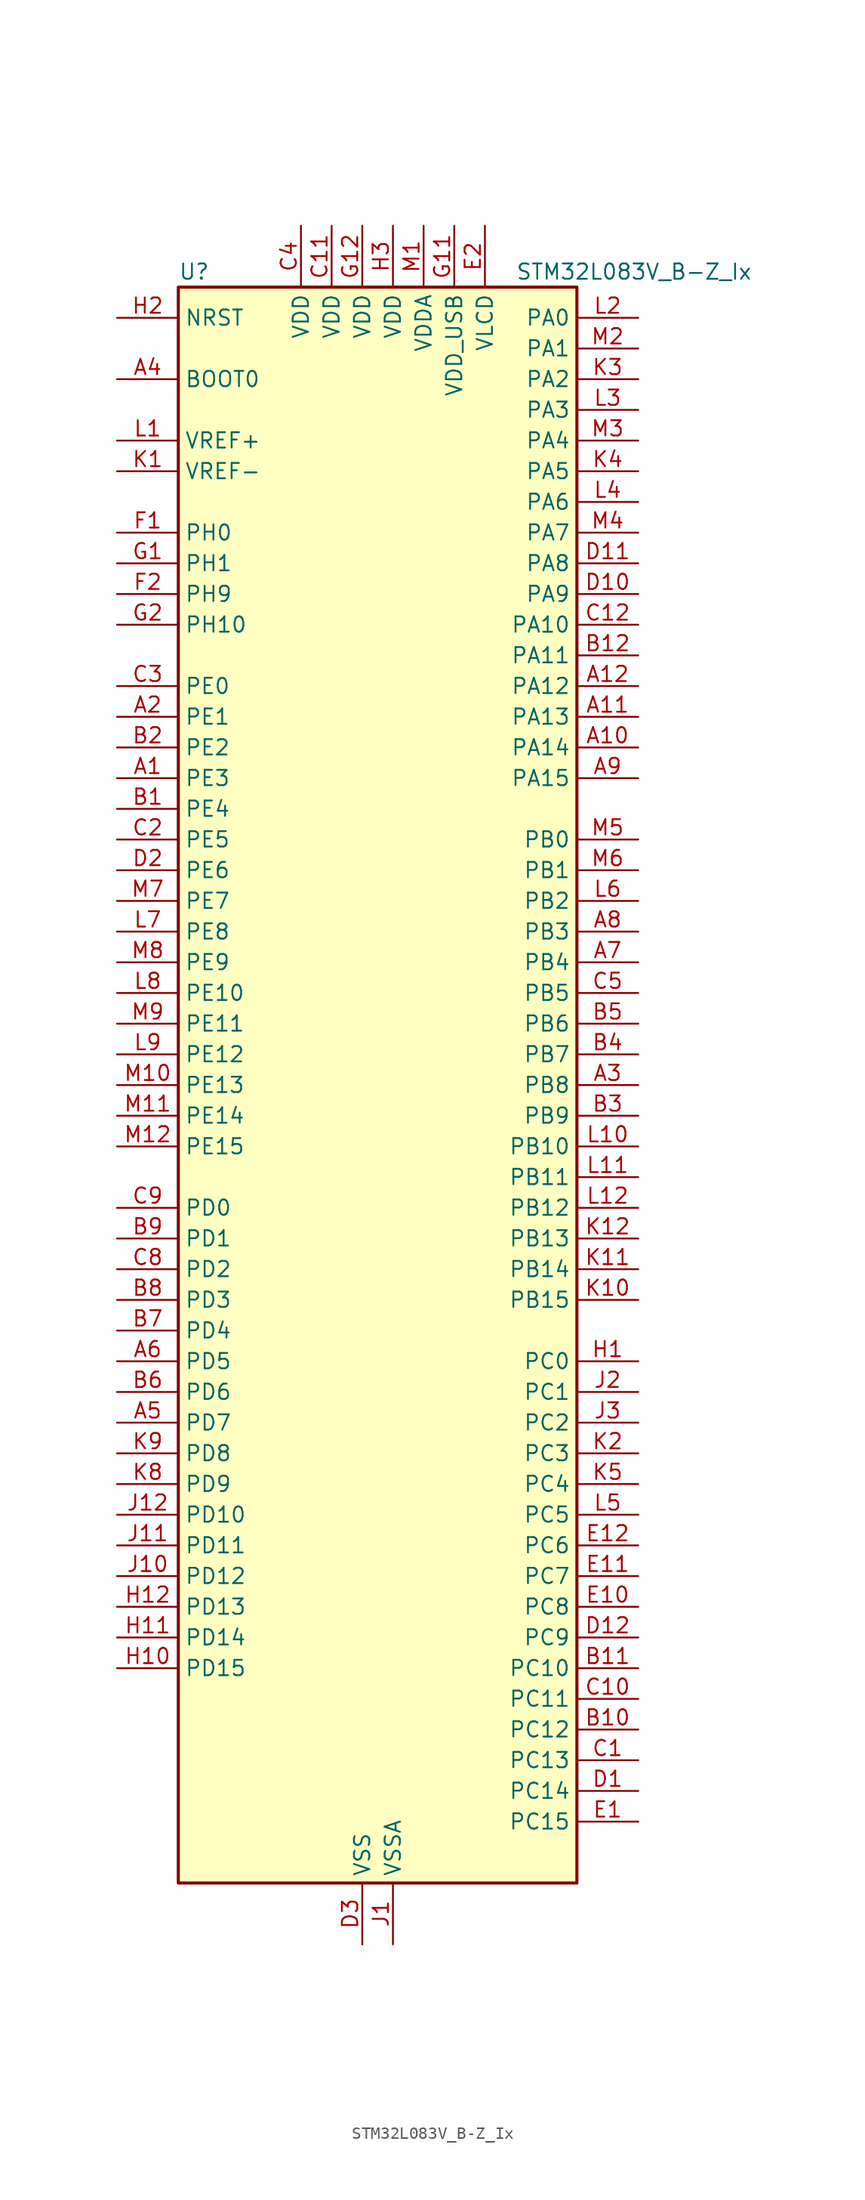
<source format=kicad_sym>
(kicad_symbol_lib
  (version 20220914)
  (generator kicad_symbol_editor)
  (symbol "STM32L083V_B-Z_Ix"
    (property "Reference" "U"
      (at -15.24 67.31 0)
      (effects (font (size 1.27 1.27)) (justify left)))
    (property "Value" "STM32L083V_B-Z_Ix"
      (at 12.7 67.31 0)
      (effects (font (size 1.27 1.27)) (justify left)))
    (property "ki_locked" ""
      (at 0 0 0)
      (effects (font (size 1.27 1.27))))
    (symbol "STM32L083V_B-Z_Ix_0_1"
      (rectangle (start -15.24 -66.04) (end 17.78 66.04) (stroke (width 0.254) (type default)) (fill (type background))))
    (symbol "STM32L083V_B-Z_Ix_1_1"
      (pin bidirectional line (at -20.32 25.4 0) (length 5.08) (name "PE3" (effects (font (size 1.27 1.27)))) (number "A1" (effects (font (size 1.27 1.27)))) (alternate "LCD_SEG39" bidirectional line) (alternate "TIM22_CH1" bidirectional line) (alternate "TIM3_CH1" bidirectional line))
      (pin bidirectional line (at 22.86 27.94 180) (length 5.08) (name "PA14" (effects (font (size 1.27 1.27)))) (number "A10" (effects (font (size 1.27 1.27)))) (alternate "LPUART1_TX" bidirectional line) (alternate "SYS_SWCLK" bidirectional line) (alternate "USART2_TX" bidirectional line))
      (pin bidirectional line (at 22.86 30.48 180) (length 5.08) (name "PA13" (effects (font (size 1.27 1.27)))) (number "A11" (effects (font (size 1.27 1.27)))) (alternate "LPUART1_RX" bidirectional line) (alternate "SYS_SWDIO" bidirectional line) (alternate "USB_NOE" bidirectional line))
      (pin bidirectional line (at 22.86 33.02 180) (length 5.08) (name "PA12" (effects (font (size 1.27 1.27)))) (number "A12" (effects (font (size 1.27 1.27)))) (alternate "COMP2_OUT" bidirectional line) (alternate "SPI1_MOSI" bidirectional line) (alternate "TSC_G4_IO4" bidirectional line) (alternate "USART1_DE" bidirectional line) (alternate "USART1_RTS" bidirectional line) (alternate "USB_DP" bidirectional line))
      (pin bidirectional line (at -20.32 30.48 0) (length 5.08) (name "PE1" (effects (font (size 1.27 1.27)))) (number "A2" (effects (font (size 1.27 1.27)))) (alternate "LCD_SEG37" bidirectional line))
      (pin bidirectional line (at 22.86 0 180) (length 5.08) (name "PB8" (effects (font (size 1.27 1.27)))) (number "A3" (effects (font (size 1.27 1.27)))) (alternate "I2C1_SCL" bidirectional line) (alternate "LCD_SEG16" bidirectional line) (alternate "TSC_SYNC" bidirectional line))
      (pin input line (at -20.32 58.42 0) (length 5.08) (name "BOOT0" (effects (font (size 1.27 1.27)))) (number "A4" (effects (font (size 1.27 1.27)))))
      (pin bidirectional line (at -20.32 -27.94 0) (length 5.08) (name "PD7" (effects (font (size 1.27 1.27)))) (number "A5" (effects (font (size 1.27 1.27)))) (alternate "TIM21_CH2" bidirectional line) (alternate "USART2_CK" bidirectional line))
      (pin bidirectional line (at -20.32 -22.86 0) (length 5.08) (name "PD5" (effects (font (size 1.27 1.27)))) (number "A6" (effects (font (size 1.27 1.27)))) (alternate "USART2_TX" bidirectional line))
      (pin bidirectional line (at 22.86 10.16 180) (length 5.08) (name "PB4" (effects (font (size 1.27 1.27)))) (number "A7" (effects (font (size 1.27 1.27)))) (alternate "COMP2_INP" bidirectional line) (alternate "I2C3_SDA" bidirectional line) (alternate "LCD_SEG8" bidirectional line) (alternate "SPI1_MISO" bidirectional line) (alternate "TIM22_CH1" bidirectional line) (alternate "TIM3_CH1" bidirectional line) (alternate "TSC_G5_IO2" bidirectional line) (alternate "USART1_CTS" bidirectional line) (alternate "USART5_RX" bidirectional line))
      (pin bidirectional line (at 22.86 12.7 180) (length 5.08) (name "PB3" (effects (font (size 1.27 1.27)))) (number "A8" (effects (font (size 1.27 1.27)))) (alternate "COMP2_INM" bidirectional line) (alternate "LCD_SEG7" bidirectional line) (alternate "SPI1_SCK" bidirectional line) (alternate "TIM2_CH2" bidirectional line) (alternate "TSC_G5_IO1" bidirectional line) (alternate "USART1_DE" bidirectional line) (alternate "USART1_RTS" bidirectional line) (alternate "USART5_TX" bidirectional line))
      (pin bidirectional line (at 22.86 25.4 180) (length 5.08) (name "PA15" (effects (font (size 1.27 1.27)))) (number "A9" (effects (font (size 1.27 1.27)))) (alternate "LCD_SEG17" bidirectional line) (alternate "SPI1_NSS" bidirectional line) (alternate "TIM2_CH1" bidirectional line) (alternate "TIM2_ETR" bidirectional line) (alternate "USART2_RX" bidirectional line) (alternate "USART4_DE" bidirectional line) (alternate "USART4_RTS" bidirectional line))
      (pin bidirectional line (at -20.32 22.86 0) (length 5.08) (name "PE4" (effects (font (size 1.27 1.27)))) (number "B1" (effects (font (size 1.27 1.27)))) (alternate "TIM22_CH2" bidirectional line) (alternate "TIM3_CH2" bidirectional line))
      (pin bidirectional line (at 22.86 -53.34 180) (length 5.08) (name "PC12" (effects (font (size 1.27 1.27)))) (number "B10" (effects (font (size 1.27 1.27)))) (alternate "LCD_COM6" bidirectional line) (alternate "LCD_SEG30" bidirectional line) (alternate "LCD_SEG50" bidirectional line) (alternate "USART4_CK" bidirectional line) (alternate "USART5_TX" bidirectional line))
      (pin bidirectional line (at 22.86 -48.26 180) (length 5.08) (name "PC10" (effects (font (size 1.27 1.27)))) (number "B11" (effects (font (size 1.27 1.27)))) (alternate "LCD_COM4" bidirectional line) (alternate "LCD_SEG28" bidirectional line) (alternate "LCD_SEG48" bidirectional line) (alternate "LPUART1_TX" bidirectional line) (alternate "USART4_TX" bidirectional line))
      (pin bidirectional line (at 22.86 35.56 180) (length 5.08) (name "PA11" (effects (font (size 1.27 1.27)))) (number "B12" (effects (font (size 1.27 1.27)))) (alternate "ADC_EXTI11" bidirectional line) (alternate "COMP1_OUT" bidirectional line) (alternate "SPI1_MISO" bidirectional line) (alternate "TSC_G4_IO3" bidirectional line) (alternate "USART1_CTS" bidirectional line) (alternate "USB_DM" bidirectional line))
      (pin bidirectional line (at -20.32 27.94 0) (length 5.08) (name "PE2" (effects (font (size 1.27 1.27)))) (number "B2" (effects (font (size 1.27 1.27)))) (alternate "LCD_SEG38" bidirectional line) (alternate "TIM3_ETR" bidirectional line))
      (pin bidirectional line (at 22.86 -2.54 180) (length 5.08) (name "PB9" (effects (font (size 1.27 1.27)))) (number "B3" (effects (font (size 1.27 1.27)))) (alternate "DAC_EXTI9" bidirectional line) (alternate "I2C1_SDA" bidirectional line) (alternate "I2S2_WS" bidirectional line) (alternate "LCD_COM3" bidirectional line) (alternate "SPI2_NSS" bidirectional line))
      (pin bidirectional line (at 22.86 2.54 180) (length 5.08) (name "PB7" (effects (font (size 1.27 1.27)))) (number "B4" (effects (font (size 1.27 1.27)))) (alternate "COMP2_INP" bidirectional line) (alternate "I2C1_SDA" bidirectional line) (alternate "LPTIM1_IN2" bidirectional line) (alternate "SYS_PVD_IN" bidirectional line) (alternate "TSC_G5_IO4" bidirectional line) (alternate "USART1_RX" bidirectional line) (alternate "USART4_CTS" bidirectional line))
      (pin bidirectional line (at 22.86 5.08 180) (length 5.08) (name "PB6" (effects (font (size 1.27 1.27)))) (number "B5" (effects (font (size 1.27 1.27)))) (alternate "COMP2_INP" bidirectional line) (alternate "I2C1_SCL" bidirectional line) (alternate "LPTIM1_ETR" bidirectional line) (alternate "TSC_G5_IO3" bidirectional line) (alternate "USART1_TX" bidirectional line))
      (pin bidirectional line (at -20.32 -25.4 0) (length 5.08) (name "PD6" (effects (font (size 1.27 1.27)))) (number "B6" (effects (font (size 1.27 1.27)))) (alternate "USART2_RX" bidirectional line))
      (pin bidirectional line (at -20.32 -20.32 0) (length 5.08) (name "PD4" (effects (font (size 1.27 1.27)))) (number "B7" (effects (font (size 1.27 1.27)))) (alternate "I2S2_SD" bidirectional line) (alternate "SPI2_MOSI" bidirectional line) (alternate "USART2_DE" bidirectional line) (alternate "USART2_RTS" bidirectional line))
      (pin bidirectional line (at -20.32 -17.78 0) (length 5.08) (name "PD3" (effects (font (size 1.27 1.27)))) (number "B8" (effects (font (size 1.27 1.27)))) (alternate "I2S2_MCK" bidirectional line) (alternate "LCD_SEG44" bidirectional line) (alternate "SPI2_MISO" bidirectional line) (alternate "USART2_CTS" bidirectional line))
      (pin bidirectional line (at -20.32 -12.7 0) (length 5.08) (name "PD1" (effects (font (size 1.27 1.27)))) (number "B9" (effects (font (size 1.27 1.27)))) (alternate "I2S2_CK" bidirectional line) (alternate "SPI2_SCK" bidirectional line))
      (pin bidirectional line (at 22.86 -55.88 180) (length 5.08) (name "PC13" (effects (font (size 1.27 1.27)))) (number "C1" (effects (font (size 1.27 1.27)))) (alternate "RTC_OUT_ALARM" bidirectional line) (alternate "RTC_OUT_CALIB" bidirectional line) (alternate "RTC_TAMP1" bidirectional line) (alternate "RTC_TS" bidirectional line) (alternate "SYS_WKUP2" bidirectional line))
      (pin bidirectional line (at 22.86 -50.8 180) (length 5.08) (name "PC11" (effects (font (size 1.27 1.27)))) (number "C10" (effects (font (size 1.27 1.27)))) (alternate "ADC_EXTI11" bidirectional line) (alternate "LCD_COM5" bidirectional line) (alternate "LCD_SEG29" bidirectional line) (alternate "LCD_SEG49" bidirectional line) (alternate "LPUART1_RX" bidirectional line) (alternate "USART4_RX" bidirectional line))
      (pin power_in line (at -2.54 71.12 270) (length 5.08) (name "VDD" (effects (font (size 1.27 1.27)))) (number "C11" (effects (font (size 1.27 1.27)))))
      (pin bidirectional line (at 22.86 38.1 180) (length 5.08) (name "PA10" (effects (font (size 1.27 1.27)))) (number "C12" (effects (font (size 1.27 1.27)))) (alternate "I2C1_SDA" bidirectional line) (alternate "LCD_COM2" bidirectional line) (alternate "TSC_G4_IO2" bidirectional line) (alternate "USART1_RX" bidirectional line))
      (pin bidirectional line (at -20.32 20.32 0) (length 5.08) (name "PE5" (effects (font (size 1.27 1.27)))) (number "C2" (effects (font (size 1.27 1.27)))) (alternate "TIM21_CH1" bidirectional line) (alternate "TIM3_CH3" bidirectional line))
      (pin bidirectional line (at -20.32 33.02 0) (length 5.08) (name "PE0" (effects (font (size 1.27 1.27)))) (number "C3" (effects (font (size 1.27 1.27)))) (alternate "LCD_SEG36" bidirectional line))
      (pin power_in line (at -5.08 71.12 270) (length 5.08) (name "VDD" (effects (font (size 1.27 1.27)))) (number "C4" (effects (font (size 1.27 1.27)))))
      (pin bidirectional line (at 22.86 7.62 180) (length 5.08) (name "PB5" (effects (font (size 1.27 1.27)))) (number "C5" (effects (font (size 1.27 1.27)))) (alternate "COMP2_INP" bidirectional line) (alternate "I2C1_SMBA" bidirectional line) (alternate "LCD_SEG9" bidirectional line) (alternate "LPTIM1_IN1" bidirectional line) (alternate "SPI1_MOSI" bidirectional line) (alternate "TIM22_CH2" bidirectional line) (alternate "TIM3_CH2" bidirectional line) (alternate "USART1_CK" bidirectional line) (alternate "USART5_CK" bidirectional line) (alternate "USART5_DE" bidirectional line) (alternate "USART5_RTS" bidirectional line))
      (pin bidirectional line (at -20.32 -15.24 0) (length 5.08) (name "PD2" (effects (font (size 1.27 1.27)))) (number "C8" (effects (font (size 1.27 1.27)))) (alternate "LCD_COM7" bidirectional line) (alternate "LCD_SEG31" bidirectional line) (alternate "LCD_SEG51" bidirectional line) (alternate "LPUART1_DE" bidirectional line) (alternate "LPUART1_RTS" bidirectional line) (alternate "TIM3_ETR" bidirectional line) (alternate "USART5_RX" bidirectional line))
      (pin bidirectional line (at -20.32 -10.16 0) (length 5.08) (name "PD0" (effects (font (size 1.27 1.27)))) (number "C9" (effects (font (size 1.27 1.27)))) (alternate "I2S2_WS" bidirectional line) (alternate "SPI2_NSS" bidirectional line) (alternate "TIM21_CH1" bidirectional line))
      (pin bidirectional line (at 22.86 -58.42 180) (length 5.08) (name "PC14" (effects (font (size 1.27 1.27)))) (number "D1" (effects (font (size 1.27 1.27)))) (alternate "RCC_OSC32_IN" bidirectional line))
      (pin bidirectional line (at 22.86 40.64 180) (length 5.08) (name "PA9" (effects (font (size 1.27 1.27)))) (number "D10" (effects (font (size 1.27 1.27)))) (alternate "DAC_EXTI9" bidirectional line) (alternate "I2C1_SCL" bidirectional line) (alternate "I2C3_SMBA" bidirectional line) (alternate "LCD_COM1" bidirectional line) (alternate "RCC_MCO" bidirectional line) (alternate "TSC_G4_IO1" bidirectional line) (alternate "USART1_TX" bidirectional line))
      (pin bidirectional line (at 22.86 43.18 180) (length 5.08) (name "PA8" (effects (font (size 1.27 1.27)))) (number "D11" (effects (font (size 1.27 1.27)))) (alternate "CRS_SYNC" bidirectional line) (alternate "I2C3_SCL" bidirectional line) (alternate "LCD_COM0" bidirectional line) (alternate "RCC_MCO" bidirectional line) (alternate "USART1_CK" bidirectional line))
      (pin bidirectional line (at 22.86 -45.72 180) (length 5.08) (name "PC9" (effects (font (size 1.27 1.27)))) (number "D12" (effects (font (size 1.27 1.27)))) (alternate "DAC_EXTI9" bidirectional line) (alternate "I2C3_SDA" bidirectional line) (alternate "LCD_SEG27" bidirectional line) (alternate "TIM21_ETR" bidirectional line) (alternate "TIM3_CH4" bidirectional line) (alternate "TSC_G8_IO4" bidirectional line) (alternate "USB_NOE" bidirectional line))
      (pin bidirectional line (at -20.32 17.78 0) (length 5.08) (name "PE6" (effects (font (size 1.27 1.27)))) (number "D2" (effects (font (size 1.27 1.27)))) (alternate "RTC_TAMP3" bidirectional line) (alternate "SYS_WKUP3" bidirectional line) (alternate "TIM21_CH2" bidirectional line) (alternate "TIM3_CH4" bidirectional line))
      (pin power_in line (at 0 -71.12 90) (length 5.08) (name "VSS" (effects (font (size 1.27 1.27)))) (number "D3" (effects (font (size 1.27 1.27)))))
      (pin bidirectional line (at 22.86 -60.96 180) (length 5.08) (name "PC15" (effects (font (size 1.27 1.27)))) (number "E1" (effects (font (size 1.27 1.27)))) (alternate "RCC_OSC32_OUT" bidirectional line))
      (pin bidirectional line (at 22.86 -43.18 180) (length 5.08) (name "PC8" (effects (font (size 1.27 1.27)))) (number "E10" (effects (font (size 1.27 1.27)))) (alternate "LCD_SEG26" bidirectional line) (alternate "TIM22_ETR" bidirectional line) (alternate "TIM3_CH3" bidirectional line) (alternate "TSC_G8_IO3" bidirectional line))
      (pin bidirectional line (at 22.86 -40.64 180) (length 5.08) (name "PC7" (effects (font (size 1.27 1.27)))) (number "E11" (effects (font (size 1.27 1.27)))) (alternate "LCD_SEG25" bidirectional line) (alternate "TIM22_CH2" bidirectional line) (alternate "TIM3_CH2" bidirectional line) (alternate "TSC_G8_IO2" bidirectional line))
      (pin bidirectional line (at 22.86 -38.1 180) (length 5.08) (name "PC6" (effects (font (size 1.27 1.27)))) (number "E12" (effects (font (size 1.27 1.27)))) (alternate "LCD_SEG24" bidirectional line) (alternate "TIM22_CH1" bidirectional line) (alternate "TIM3_CH1" bidirectional line) (alternate "TSC_G8_IO1" bidirectional line))
      (pin power_in line (at 10.16 71.12 270) (length 5.08) (name "VLCD" (effects (font (size 1.27 1.27)))) (number "E2" (effects (font (size 1.27 1.27)))))
      (pin passive line (at 0 -71.12 90) (length 5.08) hide (name "VSS" (effects (font (size 1.27 1.27)))) (number "E3" (effects (font (size 1.27 1.27)))))
      (pin bidirectional line (at -20.32 45.72 0) (length 5.08) (name "PH0" (effects (font (size 1.27 1.27)))) (number "F1" (effects (font (size 1.27 1.27)))) (alternate "CRS_SYNC" bidirectional line) (alternate "RCC_OSC_IN" bidirectional line))
      (pin passive line (at 0 -71.12 90) (length 5.08) hide (name "VSS" (effects (font (size 1.27 1.27)))) (number "F11" (effects (font (size 1.27 1.27)))))
      (pin passive line (at 0 -71.12 90) (length 5.08) hide (name "VSS" (effects (font (size 1.27 1.27)))) (number "F12" (effects (font (size 1.27 1.27)))))
      (pin bidirectional line (at -20.32 40.64 0) (length 5.08) (name "PH9" (effects (font (size 1.27 1.27)))) (number "F2" (effects (font (size 1.27 1.27)))) (alternate "DAC_EXTI9" bidirectional line))
      (pin bidirectional line (at -20.32 43.18 0) (length 5.08) (name "PH1" (effects (font (size 1.27 1.27)))) (number "G1" (effects (font (size 1.27 1.27)))) (alternate "RCC_OSC_OUT" bidirectional line))
      (pin power_in line (at 7.62 71.12 270) (length 5.08) (name "VDD_USB" (effects (font (size 1.27 1.27)))) (number "G11" (effects (font (size 1.27 1.27)))))
      (pin power_in line (at 0 71.12 270) (length 5.08) (name "VDD" (effects (font (size 1.27 1.27)))) (number "G12" (effects (font (size 1.27 1.27)))))
      (pin bidirectional line (at -20.32 38.1 0) (length 5.08) (name "PH10" (effects (font (size 1.27 1.27)))) (number "G2" (effects (font (size 1.27 1.27)))))
      (pin bidirectional line (at 22.86 -22.86 180) (length 5.08) (name "PC0" (effects (font (size 1.27 1.27)))) (number "H1" (effects (font (size 1.27 1.27)))) (alternate "ADC_IN10" bidirectional line) (alternate "I2C3_SCL" bidirectional line) (alternate "LCD_SEG18" bidirectional line) (alternate "LPTIM1_IN1" bidirectional line) (alternate "LPUART1_RX" bidirectional line) (alternate "TSC_G7_IO1" bidirectional line))
      (pin bidirectional line (at -20.32 -48.26 0) (length 5.08) (name "PD15" (effects (font (size 1.27 1.27)))) (number "H10" (effects (font (size 1.27 1.27)))) (alternate "CRS_SYNC" bidirectional line) (alternate "LCD_SEG35" bidirectional line))
      (pin bidirectional line (at -20.32 -45.72 0) (length 5.08) (name "PD14" (effects (font (size 1.27 1.27)))) (number "H11" (effects (font (size 1.27 1.27)))) (alternate "LCD_SEG34" bidirectional line))
      (pin bidirectional line (at -20.32 -43.18 0) (length 5.08) (name "PD13" (effects (font (size 1.27 1.27)))) (number "H12" (effects (font (size 1.27 1.27)))) (alternate "LCD_SEG33" bidirectional line))
      (pin input line (at -20.32 63.5 0) (length 5.08) (name "NRST" (effects (font (size 1.27 1.27)))) (number "H2" (effects (font (size 1.27 1.27)))))
      (pin power_in line (at 2.54 71.12 270) (length 5.08) (name "VDD" (effects (font (size 1.27 1.27)))) (number "H3" (effects (font (size 1.27 1.27)))))
      (pin power_in line (at 2.54 -71.12 90) (length 5.08) (name "VSSA" (effects (font (size 1.27 1.27)))) (number "J1" (effects (font (size 1.27 1.27)))))
      (pin bidirectional line (at -20.32 -40.64 0) (length 5.08) (name "PD12" (effects (font (size 1.27 1.27)))) (number "J10" (effects (font (size 1.27 1.27)))) (alternate "LCD_SEG32" bidirectional line) (alternate "LPUART1_DE" bidirectional line) (alternate "LPUART1_RTS" bidirectional line))
      (pin bidirectional line (at -20.32 -38.1 0) (length 5.08) (name "PD11" (effects (font (size 1.27 1.27)))) (number "J11" (effects (font (size 1.27 1.27)))) (alternate "ADC_EXTI11" bidirectional line) (alternate "LCD_SEG31" bidirectional line) (alternate "LPUART1_CTS" bidirectional line))
      (pin bidirectional line (at -20.32 -35.56 0) (length 5.08) (name "PD10" (effects (font (size 1.27 1.27)))) (number "J12" (effects (font (size 1.27 1.27)))) (alternate "LCD_SEG30" bidirectional line))
      (pin bidirectional line (at 22.86 -25.4 180) (length 5.08) (name "PC1" (effects (font (size 1.27 1.27)))) (number "J2" (effects (font (size 1.27 1.27)))) (alternate "ADC_IN11" bidirectional line) (alternate "I2C3_SDA" bidirectional line) (alternate "LCD_SEG19" bidirectional line) (alternate "LPTIM1_OUT" bidirectional line) (alternate "LPUART1_TX" bidirectional line) (alternate "TSC_G7_IO2" bidirectional line))
      (pin bidirectional line (at 22.86 -27.94 180) (length 5.08) (name "PC2" (effects (font (size 1.27 1.27)))) (number "J3" (effects (font (size 1.27 1.27)))) (alternate "ADC_IN12" bidirectional line) (alternate "I2S2_MCK" bidirectional line) (alternate "LCD_SEG20" bidirectional line) (alternate "LPTIM1_IN2" bidirectional line) (alternate "SPI2_MISO" bidirectional line) (alternate "TSC_G7_IO3" bidirectional line))
      (pin input line (at -20.32 50.8 0) (length 5.08) (name "VREF-" (effects (font (size 1.27 1.27)))) (number "K1" (effects (font (size 1.27 1.27)))))
      (pin bidirectional line (at 22.86 -17.78 180) (length 5.08) (name "PB15" (effects (font (size 1.27 1.27)))) (number "K10" (effects (font (size 1.27 1.27)))) (alternate "I2S2_SD" bidirectional line) (alternate "LCD_SEG15" bidirectional line) (alternate "RTC_REFIN" bidirectional line) (alternate "SPI2_MOSI" bidirectional line))
      (pin bidirectional line (at 22.86 -15.24 180) (length 5.08) (name "PB14" (effects (font (size 1.27 1.27)))) (number "K11" (effects (font (size 1.27 1.27)))) (alternate "I2C2_SDA" bidirectional line) (alternate "I2S2_MCK" bidirectional line) (alternate "LCD_SEG14" bidirectional line) (alternate "LPUART1_DE" bidirectional line) (alternate "LPUART1_RTS" bidirectional line) (alternate "RTC_OUT_ALARM" bidirectional line) (alternate "RTC_OUT_CALIB" bidirectional line) (alternate "SPI2_MISO" bidirectional line) (alternate "TIM21_CH2" bidirectional line) (alternate "TSC_G6_IO4" bidirectional line))
      (pin bidirectional line (at 22.86 -12.7 180) (length 5.08) (name "PB13" (effects (font (size 1.27 1.27)))) (number "K12" (effects (font (size 1.27 1.27)))) (alternate "I2C2_SCL" bidirectional line) (alternate "I2S2_CK" bidirectional line) (alternate "LCD_SEG13" bidirectional line) (alternate "LPUART1_CTS" bidirectional line) (alternate "RCC_MCO" bidirectional line) (alternate "SPI2_SCK" bidirectional line) (alternate "TIM21_CH1" bidirectional line) (alternate "TSC_G6_IO3" bidirectional line))
      (pin bidirectional line (at 22.86 -30.48 180) (length 5.08) (name "PC3" (effects (font (size 1.27 1.27)))) (number "K2" (effects (font (size 1.27 1.27)))) (alternate "ADC_IN13" bidirectional line) (alternate "I2S2_SD" bidirectional line) (alternate "LCD_SEG21" bidirectional line) (alternate "LPTIM1_ETR" bidirectional line) (alternate "SPI2_MOSI" bidirectional line) (alternate "TSC_G7_IO4" bidirectional line))
      (pin bidirectional line (at 22.86 58.42 180) (length 5.08) (name "PA2" (effects (font (size 1.27 1.27)))) (number "K3" (effects (font (size 1.27 1.27)))) (alternate "ADC_IN2" bidirectional line) (alternate "COMP2_INM" bidirectional line) (alternate "COMP2_OUT" bidirectional line) (alternate "LCD_SEG1" bidirectional line) (alternate "LPUART1_TX" bidirectional line) (alternate "TIM21_CH1" bidirectional line) (alternate "TIM2_CH3" bidirectional line) (alternate "TSC_G1_IO3" bidirectional line) (alternate "USART2_TX" bidirectional line))
      (pin bidirectional line (at 22.86 50.8 180) (length 5.08) (name "PA5" (effects (font (size 1.27 1.27)))) (number "K4" (effects (font (size 1.27 1.27)))) (alternate "ADC_IN5" bidirectional line) (alternate "COMP1_INM" bidirectional line) (alternate "COMP2_INM" bidirectional line) (alternate "DAC_OUT2" bidirectional line) (alternate "SPI1_SCK" bidirectional line) (alternate "TIM2_CH1" bidirectional line) (alternate "TIM2_ETR" bidirectional line) (alternate "TSC_G2_IO2" bidirectional line))
      (pin bidirectional line (at 22.86 -33.02 180) (length 5.08) (name "PC4" (effects (font (size 1.27 1.27)))) (number "K5" (effects (font (size 1.27 1.27)))) (alternate "ADC_IN14" bidirectional line) (alternate "LCD_SEG22" bidirectional line) (alternate "LPUART1_TX" bidirectional line))
      (pin bidirectional line (at -20.32 -33.02 0) (length 5.08) (name "PD9" (effects (font (size 1.27 1.27)))) (number "K8" (effects (font (size 1.27 1.27)))) (alternate "DAC_EXTI9" bidirectional line) (alternate "LCD_SEG29" bidirectional line) (alternate "LPUART1_RX" bidirectional line))
      (pin bidirectional line (at -20.32 -30.48 0) (length 5.08) (name "PD8" (effects (font (size 1.27 1.27)))) (number "K9" (effects (font (size 1.27 1.27)))) (alternate "LCD_SEG28" bidirectional line) (alternate "LPUART1_TX" bidirectional line))
      (pin input line (at -20.32 53.34 0) (length 5.08) (name "VREF+" (effects (font (size 1.27 1.27)))) (number "L1" (effects (font (size 1.27 1.27)))))
      (pin bidirectional line (at 22.86 -5.08 180) (length 5.08) (name "PB10" (effects (font (size 1.27 1.27)))) (number "L10" (effects (font (size 1.27 1.27)))) (alternate "I2C2_SCL" bidirectional line) (alternate "LCD_SEG10" bidirectional line) (alternate "LPUART1_RX" bidirectional line) (alternate "LPUART1_TX" bidirectional line) (alternate "SPI2_SCK" bidirectional line) (alternate "TIM2_CH3" bidirectional line) (alternate "TSC_SYNC" bidirectional line))
      (pin bidirectional line (at 22.86 -7.62 180) (length 5.08) (name "PB11" (effects (font (size 1.27 1.27)))) (number "L11" (effects (font (size 1.27 1.27)))) (alternate "ADC_EXTI11" bidirectional line) (alternate "I2C2_SDA" bidirectional line) (alternate "LCD_SEG11" bidirectional line) (alternate "LPUART1_RX" bidirectional line) (alternate "LPUART1_TX" bidirectional line) (alternate "TIM2_CH4" bidirectional line) (alternate "TSC_G6_IO1" bidirectional line))
      (pin bidirectional line (at 22.86 -10.16 180) (length 5.08) (name "PB12" (effects (font (size 1.27 1.27)))) (number "L12" (effects (font (size 1.27 1.27)))) (alternate "I2S2_WS" bidirectional line) (alternate "LCD_SEG12" bidirectional line) (alternate "LCD_VLCD2" bidirectional line) (alternate "LPUART1_DE" bidirectional line) (alternate "LPUART1_RTS" bidirectional line) (alternate "SPI2_NSS" bidirectional line) (alternate "TSC_G6_IO2" bidirectional line))
      (pin bidirectional line (at 22.86 63.5 180) (length 5.08) (name "PA0" (effects (font (size 1.27 1.27)))) (number "L2" (effects (font (size 1.27 1.27)))) (alternate "ADC_IN0" bidirectional line) (alternate "COMP1_INM" bidirectional line) (alternate "COMP1_OUT" bidirectional line) (alternate "RTC_TAMP2" bidirectional line) (alternate "SYS_WKUP1" bidirectional line) (alternate "TIM2_CH1" bidirectional line) (alternate "TIM2_ETR" bidirectional line) (alternate "TSC_G1_IO1" bidirectional line) (alternate "USART2_CTS" bidirectional line) (alternate "USART4_TX" bidirectional line))
      (pin bidirectional line (at 22.86 55.88 180) (length 5.08) (name "PA3" (effects (font (size 1.27 1.27)))) (number "L3" (effects (font (size 1.27 1.27)))) (alternate "ADC_IN3" bidirectional line) (alternate "COMP2_INP" bidirectional line) (alternate "LCD_SEG2" bidirectional line) (alternate "LPUART1_RX" bidirectional line) (alternate "TIM21_CH2" bidirectional line) (alternate "TIM2_CH4" bidirectional line) (alternate "TSC_G1_IO4" bidirectional line) (alternate "USART2_RX" bidirectional line))
      (pin bidirectional line (at 22.86 48.26 180) (length 5.08) (name "PA6" (effects (font (size 1.27 1.27)))) (number "L4" (effects (font (size 1.27 1.27)))) (alternate "ADC_IN6" bidirectional line) (alternate "COMP1_OUT" bidirectional line) (alternate "LCD_SEG3" bidirectional line) (alternate "LPUART1_CTS" bidirectional line) (alternate "SPI1_MISO" bidirectional line) (alternate "TIM22_CH1" bidirectional line) (alternate "TIM3_CH1" bidirectional line) (alternate "TSC_G2_IO3" bidirectional line))
      (pin bidirectional line (at 22.86 -35.56 180) (length 5.08) (name "PC5" (effects (font (size 1.27 1.27)))) (number "L5" (effects (font (size 1.27 1.27)))) (alternate "ADC_IN15" bidirectional line) (alternate "LCD_SEG23" bidirectional line) (alternate "LPUART1_RX" bidirectional line) (alternate "TSC_G3_IO1" bidirectional line))
      (pin bidirectional line (at 22.86 15.24 180) (length 5.08) (name "PB2" (effects (font (size 1.27 1.27)))) (number "L6" (effects (font (size 1.27 1.27)))) (alternate "I2C3_SMBA" bidirectional line) (alternate "LCD_VLCD2" bidirectional line) (alternate "LPTIM1_OUT" bidirectional line) (alternate "TSC_G3_IO4" bidirectional line))
      (pin bidirectional line (at -20.32 12.7 0) (length 5.08) (name "PE8" (effects (font (size 1.27 1.27)))) (number "L7" (effects (font (size 1.27 1.27)))) (alternate "LCD_SEG46" bidirectional line) (alternate "USART4_TX" bidirectional line))
      (pin bidirectional line (at -20.32 7.62 0) (length 5.08) (name "PE10" (effects (font (size 1.27 1.27)))) (number "L8" (effects (font (size 1.27 1.27)))) (alternate "LCD_SEG40" bidirectional line) (alternate "TIM2_CH2" bidirectional line) (alternate "USART5_TX" bidirectional line))
      (pin bidirectional line (at -20.32 2.54 0) (length 5.08) (name "PE12" (effects (font (size 1.27 1.27)))) (number "L9" (effects (font (size 1.27 1.27)))) (alternate "LCD_VLCD3" bidirectional line) (alternate "SPI1_NSS" bidirectional line) (alternate "TIM2_CH4" bidirectional line))
      (pin power_in line (at 5.08 71.12 270) (length 5.08) (name "VDDA" (effects (font (size 1.27 1.27)))) (number "M1" (effects (font (size 1.27 1.27)))))
      (pin bidirectional line (at -20.32 0 0) (length 5.08) (name "PE13" (effects (font (size 1.27 1.27)))) (number "M10" (effects (font (size 1.27 1.27)))) (alternate "LCD_SEG41" bidirectional line) (alternate "SPI1_SCK" bidirectional line))
      (pin bidirectional line (at -20.32 -2.54 0) (length 5.08) (name "PE14" (effects (font (size 1.27 1.27)))) (number "M11" (effects (font (size 1.27 1.27)))) (alternate "LCD_SEG42" bidirectional line) (alternate "SPI1_MISO" bidirectional line))
      (pin bidirectional line (at -20.32 -5.08 0) (length 5.08) (name "PE15" (effects (font (size 1.27 1.27)))) (number "M12" (effects (font (size 1.27 1.27)))) (alternate "LCD_SEG43" bidirectional line) (alternate "SPI1_MOSI" bidirectional line))
      (pin bidirectional line (at 22.86 60.96 180) (length 5.08) (name "PA1" (effects (font (size 1.27 1.27)))) (number "M2" (effects (font (size 1.27 1.27)))) (alternate "ADC_IN1" bidirectional line) (alternate "COMP1_INP" bidirectional line) (alternate "LCD_SEG0" bidirectional line) (alternate "TIM21_ETR" bidirectional line) (alternate "TIM2_CH2" bidirectional line) (alternate "TSC_G1_IO2" bidirectional line) (alternate "USART2_DE" bidirectional line) (alternate "USART2_RTS" bidirectional line) (alternate "USART4_RX" bidirectional line))
      (pin bidirectional line (at 22.86 53.34 180) (length 5.08) (name "PA4" (effects (font (size 1.27 1.27)))) (number "M3" (effects (font (size 1.27 1.27)))) (alternate "ADC_IN4" bidirectional line) (alternate "COMP1_INM" bidirectional line) (alternate "COMP2_INM" bidirectional line) (alternate "DAC_OUT1" bidirectional line) (alternate "SPI1_NSS" bidirectional line) (alternate "TIM22_ETR" bidirectional line) (alternate "TSC_G2_IO1" bidirectional line) (alternate "USART2_CK" bidirectional line))
      (pin bidirectional line (at 22.86 45.72 180) (length 5.08) (name "PA7" (effects (font (size 1.27 1.27)))) (number "M4" (effects (font (size 1.27 1.27)))) (alternate "ADC_IN7" bidirectional line) (alternate "COMP2_OUT" bidirectional line) (alternate "LCD_SEG4" bidirectional line) (alternate "SPI1_MOSI" bidirectional line) (alternate "TIM22_CH2" bidirectional line) (alternate "TIM3_CH2" bidirectional line) (alternate "TSC_G2_IO4" bidirectional line))
      (pin bidirectional line (at 22.86 20.32 180) (length 5.08) (name "PB0" (effects (font (size 1.27 1.27)))) (number "M5" (effects (font (size 1.27 1.27)))) (alternate "ADC_IN8" bidirectional line) (alternate "LCD_SEG5" bidirectional line) (alternate "LCD_VLCD3" bidirectional line) (alternate "SYS_VREF_OUT_PB0" bidirectional line) (alternate "TIM3_CH3" bidirectional line) (alternate "TSC_G3_IO2" bidirectional line))
      (pin bidirectional line (at 22.86 17.78 180) (length 5.08) (name "PB1" (effects (font (size 1.27 1.27)))) (number "M6" (effects (font (size 1.27 1.27)))) (alternate "ADC_IN9" bidirectional line) (alternate "LCD_SEG6" bidirectional line) (alternate "LPUART1_DE" bidirectional line) (alternate "LPUART1_RTS" bidirectional line) (alternate "SYS_VREF_OUT_PB1" bidirectional line) (alternate "TIM3_CH4" bidirectional line) (alternate "TSC_G3_IO3" bidirectional line))
      (pin bidirectional line (at -20.32 15.24 0) (length 5.08) (name "PE7" (effects (font (size 1.27 1.27)))) (number "M7" (effects (font (size 1.27 1.27)))) (alternate "LCD_SEG45" bidirectional line) (alternate "USART5_CK" bidirectional line) (alternate "USART5_DE" bidirectional line) (alternate "USART5_RTS" bidirectional line))
      (pin bidirectional line (at -20.32 10.16 0) (length 5.08) (name "PE9" (effects (font (size 1.27 1.27)))) (number "M8" (effects (font (size 1.27 1.27)))) (alternate "DAC_EXTI9" bidirectional line) (alternate "LCD_SEG47" bidirectional line) (alternate "TIM2_CH1" bidirectional line) (alternate "TIM2_ETR" bidirectional line) (alternate "USART4_RX" bidirectional line))
      (pin bidirectional line (at -20.32 5.08 0) (length 5.08) (name "PE11" (effects (font (size 1.27 1.27)))) (number "M9" (effects (font (size 1.27 1.27)))) (alternate "ADC_EXTI11" bidirectional line) (alternate "LCD_VLCD1" bidirectional line) (alternate "TIM2_CH3" bidirectional line) (alternate "USART5_RX" bidirectional line)))))
</source>
